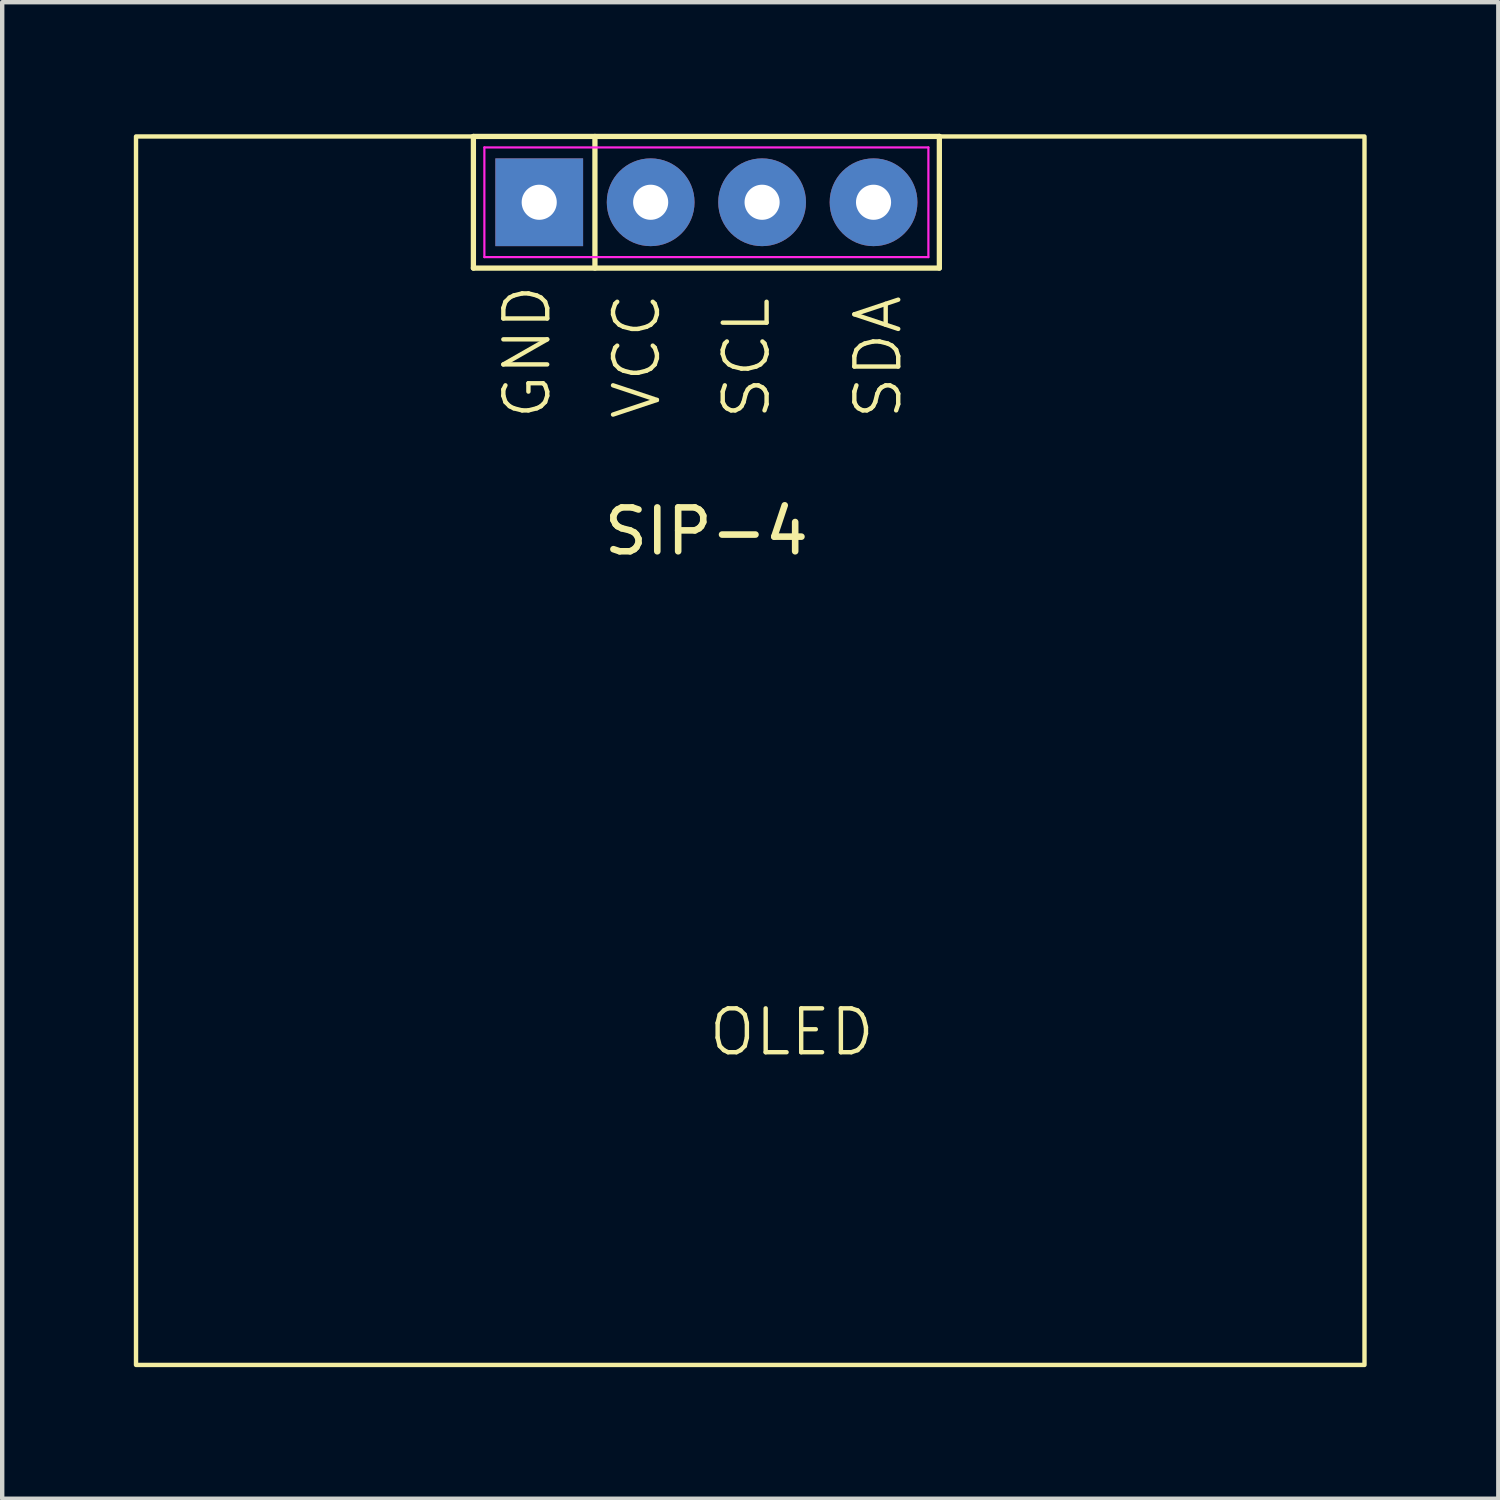
<source format=kicad_pcb>
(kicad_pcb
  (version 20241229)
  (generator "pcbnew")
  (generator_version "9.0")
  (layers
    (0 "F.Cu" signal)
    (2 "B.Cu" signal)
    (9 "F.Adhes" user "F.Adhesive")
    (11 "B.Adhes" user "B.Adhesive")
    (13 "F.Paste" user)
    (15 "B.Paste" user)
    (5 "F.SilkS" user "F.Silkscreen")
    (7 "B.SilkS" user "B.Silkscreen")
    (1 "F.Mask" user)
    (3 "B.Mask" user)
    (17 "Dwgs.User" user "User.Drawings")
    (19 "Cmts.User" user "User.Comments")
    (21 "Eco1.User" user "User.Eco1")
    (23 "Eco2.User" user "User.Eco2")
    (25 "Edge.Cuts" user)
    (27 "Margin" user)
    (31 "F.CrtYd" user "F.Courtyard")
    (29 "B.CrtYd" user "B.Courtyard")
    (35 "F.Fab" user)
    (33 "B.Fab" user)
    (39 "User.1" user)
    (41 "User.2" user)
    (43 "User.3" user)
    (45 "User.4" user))
  (footprint "SIP-4"
    (layer "F.Cu")
    (at 13.05 1.56)
    (property "Reference" "SIP-4" (at 0 7.5 0) (layer "F.SilkS") (effects (font (size 1 1) (thickness 0.15))))
    (attr through_hole)
    (fp_line (start -5.31 -1.5) (end 5.31 -1.5) (stroke (width 0.12) (type default)) (layer "F.SilkS"))
    (fp_line (start -5.31 1.5) (end -5.31 -1.5) (stroke (width 0.12) (type default)) (layer "F.SilkS"))
    (fp_line (start -2.54 -1.5) (end -2.54 1.5) (stroke (width 0.12) (type default)) (layer "F.SilkS"))
    (fp_line (start 5.31 -1.5) (end 5.31 1.5) (stroke (width 0.12) (type default)) (layer "F.SilkS"))
    (fp_line (start 5.31 1.5) (end -5.31 1.5) (stroke (width 0.12) (type default)) (layer "F.SilkS"))
    (fp_rect (start -13 -1.5) (end 15 26.5) (stroke (width 0.1) (type default)) (fill no) (layer "F.SilkS"))
    (fp_line (start -5.06 -1.25) (end 5.06 -1.25) (stroke (width 0.05) (type default)) (layer "F.CrtYd"))
    (fp_line (start -5.06 1.25) (end -5.06 -1.25) (stroke (width 0.05) (type default)) (layer "F.CrtYd"))
    (fp_line (start 5.06 -1.25) (end 5.06 1.25) (stroke (width 0.05) (type default)) (layer "F.CrtYd"))
    (fp_line (start 5.06 1.25) (end -5.06 1.25) (stroke (width 0.05) (type default)) (layer "F.CrtYd"))
    (fp_text user "SDA" (at 4.5 5 90) (unlocked yes) (layer "F.SilkS") (effects (font (size 1 1) (thickness 0.1)) (justify left bottom)))
    (fp_text user "GND" (at -3.5 5 90) (unlocked yes) (layer "F.SilkS") (effects (font (size 1 1) (thickness 0.1)) (justify left bottom)))
    (fp_text user "SCL" (at 1.5 5 90) (unlocked yes) (layer "F.SilkS") (effects (font (size 1 1) (thickness 0.1)) (justify left bottom)))
    (fp_text user "VCC" (at -1 5 90) (unlocked yes) (layer "F.SilkS") (effects (font (size 1 1) (thickness 0.1)) (justify left bottom)))
    (fp_text user "OLED" (at 0 19.5 0) (unlocked yes) (layer "F.SilkS") (effects (font (size 1 1) (thickness 0.1)) (justify left bottom)))
    (pad "1" thru_hole rect (at -3.81 0) (size 2 2) (drill 0.8) (layers "*.Cu" "*.Mask"))
    (pad "2" thru_hole circle (at -1.27 0) (size 2 2) (drill 0.8) (layers "*.Cu" "*.Mask"))
    (pad "3" thru_hole circle (at 1.27 0) (size 2 2) (drill 0.8) (layers "*.Cu" "*.Mask"))
    (pad "4" thru_hole circle (at 3.81 0) (size 2 2) (drill 0.8) (layers "*.Cu" "*.Mask")))
  (gr_rect
    (start -3 -3)
    (end 31.1 31.11)
    (stroke (width 0.1) (type default))
    (fill no)
    (layer "Edge.Cuts")))
</source>
